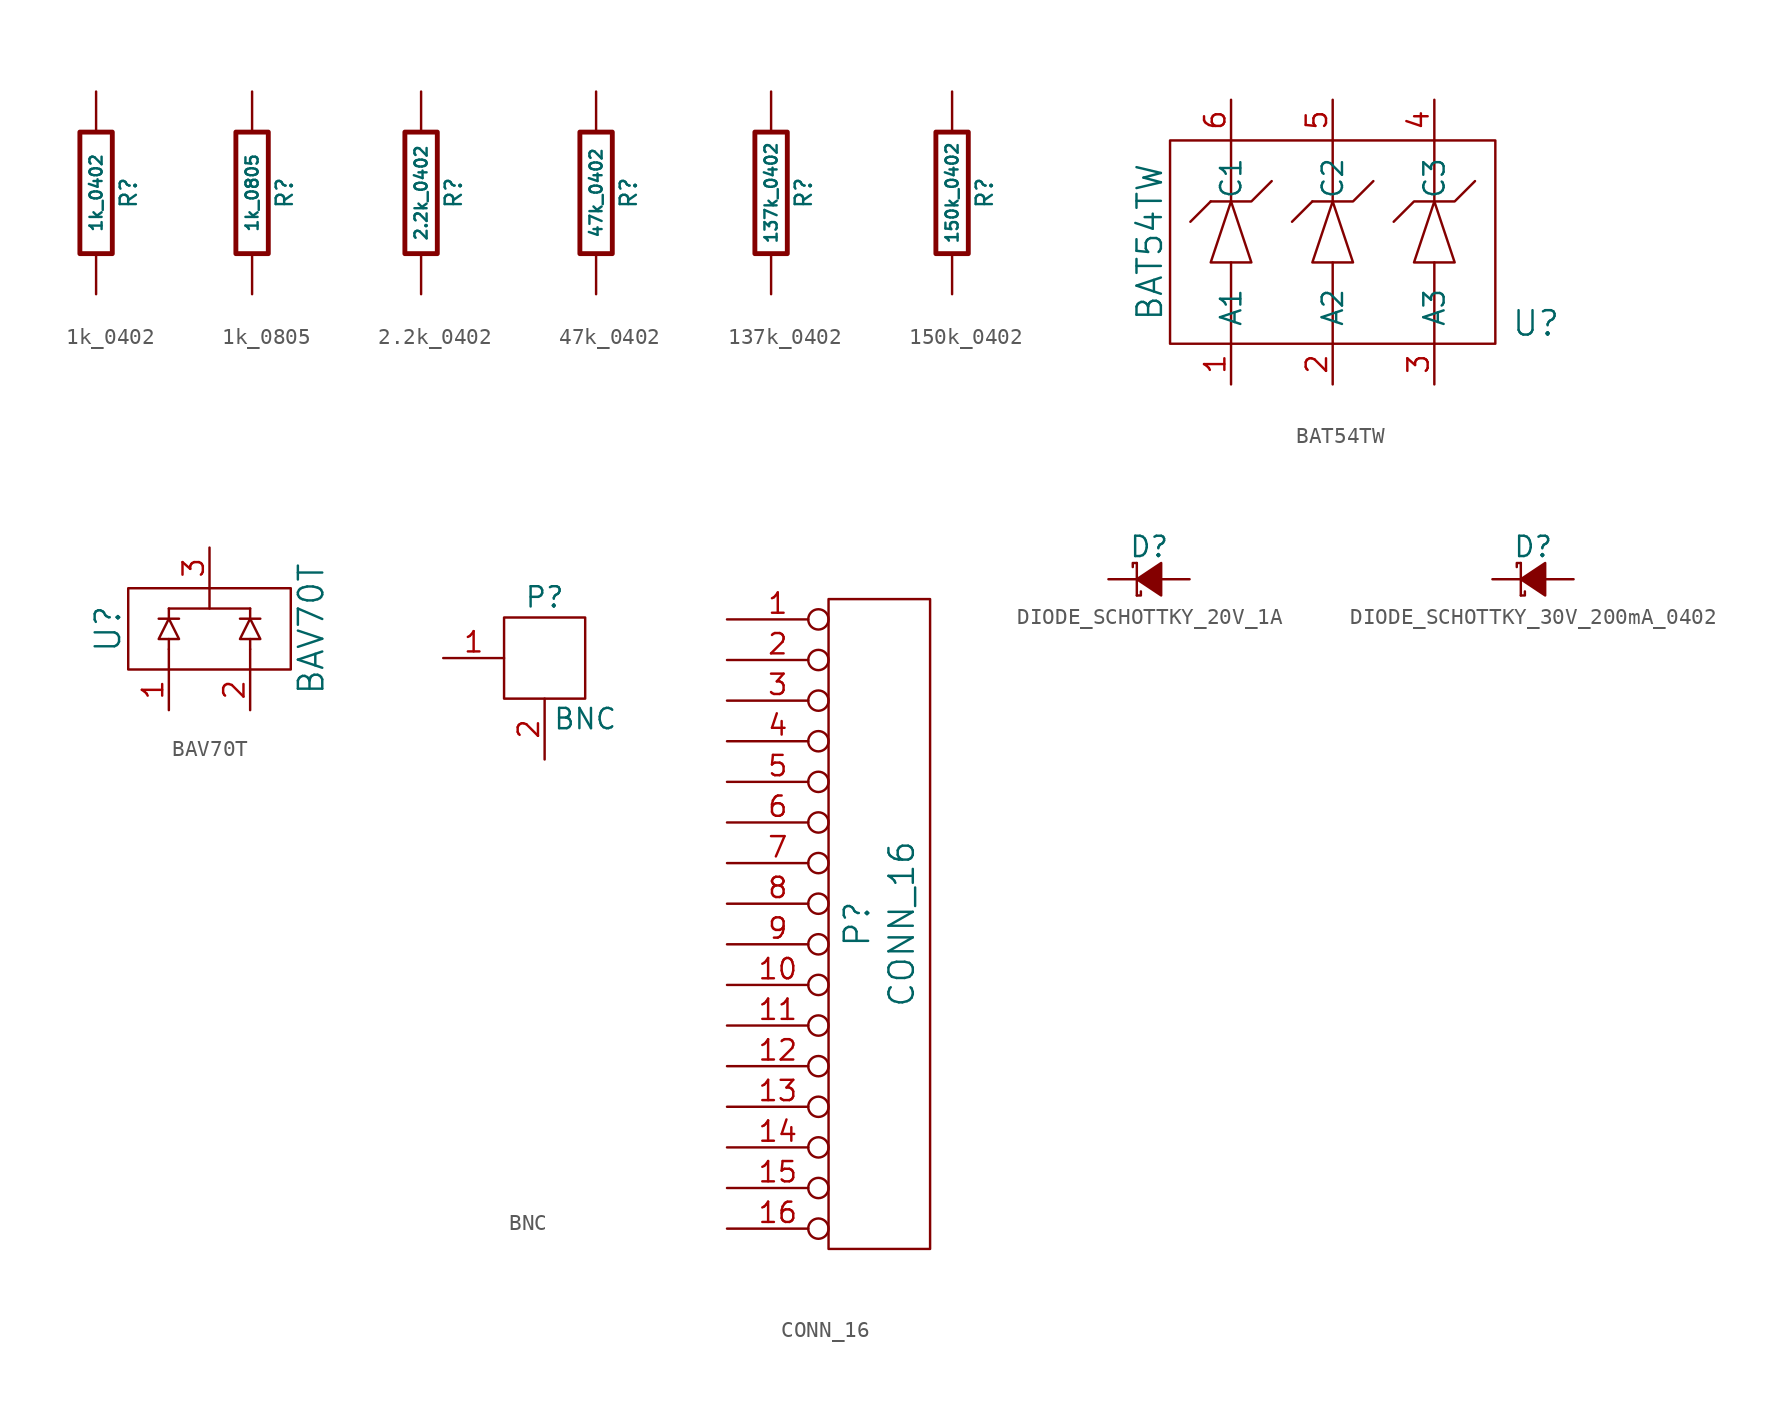
<source format=kicad_sym>
(kicad_symbol_lib
  (version 20211014)
  (generator kicad_symbol_editor)
  (symbol "1k_0402"
    (pin_numbers hide)
    (pin_names
      (offset 0))
    (property "Reference" "R"
      (at 2.032 0 90)
      (effects (font (size 1.016 1.016))))
    (property "Value" "1k_0402"
      (at 0 0 90)
      (effects (font (size 0.762 0.762))))
    (property "Datasheet" ""
      (at 2.032 0 90)
      (effects (font (size 0.762 0.762))))
    (symbol "1k_0402_0_1"
      (rectangle (start -1.016 3.81) (end 1.016 -3.81) (stroke (width 0.305) (type default) (color 0 0 0 0)) (fill (type none))))
    (symbol "1k_0402_1_1"
      (pin passive line (at 0 6.35 270) (length 2.54) (name "~" (effects (font (size 1.524 1.524)))) (number "1" (effects (font (size 1.524 1.524)))))
      (pin passive line (at 0 -6.35 90) (length 2.54) (name "~" (effects (font (size 1.524 1.524)))) (number "2" (effects (font (size 1.524 1.524)))))))
  (symbol "1k_0805"
    (pin_numbers hide)
    (pin_names
      (offset 0))
    (property "Reference" "R"
      (at 2.032 0 90)
      (effects (font (size 1.016 1.016))))
    (property "Value" "1k_0805"
      (at 0 0 90)
      (effects (font (size 0.762 0.762))))
    (property "Datasheet" ""
      (at 2.032 0 90)
      (effects (font (size 0.762 0.762))))
    (symbol "1k_0805_0_1"
      (rectangle (start -1.016 3.81) (end 1.016 -3.81) (stroke (width 0.305) (type default) (color 0 0 0 0)) (fill (type none))))
    (symbol "1k_0805_1_1"
      (pin passive line (at 0 6.35 270) (length 2.54) (name "~" (effects (font (size 1.524 1.524)))) (number "1" (effects (font (size 1.524 1.524)))))
      (pin passive line (at 0 -6.35 90) (length 2.54) (name "~" (effects (font (size 1.524 1.524)))) (number "2" (effects (font (size 1.524 1.524)))))))
  (symbol "2.2k_0402"
    (pin_numbers hide)
    (pin_names
      (offset 0))
    (property "Reference" "R"
      (at 2.032 0 90)
      (effects (font (size 1.016 1.016))))
    (property "Value" "2.2k_0402"
      (at 0 0 90)
      (effects (font (size 0.762 0.762))))
    (property "Datasheet" ""
      (at 2.032 0 90)
      (effects (font (size 0.762 0.762))))
    (symbol "2.2k_0402_0_1"
      (rectangle (start -1.016 3.81) (end 1.016 -3.81) (stroke (width 0.305) (type default) (color 0 0 0 0)) (fill (type none))))
    (symbol "2.2k_0402_1_1"
      (pin passive line (at 0 6.35 270) (length 2.54) (name "~" (effects (font (size 1.524 1.524)))) (number "1" (effects (font (size 1.524 1.524)))))
      (pin passive line (at 0 -6.35 90) (length 2.54) (name "~" (effects (font (size 1.524 1.524)))) (number "2" (effects (font (size 1.524 1.524)))))))
  (symbol "47k_0402"
    (pin_numbers hide)
    (pin_names
      (offset 0))
    (property "Reference" "R"
      (at 2.032 0 90)
      (effects (font (size 1.016 1.016))))
    (property "Value" "47k_0402"
      (at 0 0 90)
      (effects (font (size 0.762 0.762))))
    (property "Datasheet" ""
      (at 2.032 0 90)
      (effects (font (size 0.762 0.762))))
    (symbol "47k_0402_0_1"
      (rectangle (start -1.016 3.81) (end 1.016 -3.81) (stroke (width 0.305) (type default) (color 0 0 0 0)) (fill (type none))))
    (symbol "47k_0402_1_1"
      (pin passive line (at 0 6.35 270) (length 2.54) (name "~" (effects (font (size 1.524 1.524)))) (number "1" (effects (font (size 1.524 1.524)))))
      (pin passive line (at 0 -6.35 90) (length 2.54) (name "~" (effects (font (size 1.524 1.524)))) (number "2" (effects (font (size 1.524 1.524)))))))
  (symbol "137k_0402"
    (pin_numbers hide)
    (pin_names
      (offset 0))
    (property "Reference" "R"
      (at 2.032 0 90)
      (effects (font (size 1.016 1.016))))
    (property "Value" "137k_0402"
      (at 0 0 90)
      (effects (font (size 0.762 0.762))))
    (property "Datasheet" ""
      (at 2.032 0 90)
      (effects (font (size 0.762 0.762))))
    (symbol "137k_0402_0_1"
      (rectangle (start -1.016 3.81) (end 1.016 -3.81) (stroke (width 0.305) (type default) (color 0 0 0 0)) (fill (type none))))
    (symbol "137k_0402_1_1"
      (pin passive line (at 0 6.35 270) (length 2.54) (name "~" (effects (font (size 1.524 1.524)))) (number "1" (effects (font (size 1.524 1.524)))))
      (pin passive line (at 0 -6.35 90) (length 2.54) (name "~" (effects (font (size 1.524 1.524)))) (number "2" (effects (font (size 1.524 1.524)))))))
  (symbol "150k_0402"
    (pin_numbers hide)
    (pin_names
      (offset 0))
    (property "Reference" "R"
      (at 2.032 0 90)
      (effects (font (size 1.016 1.016))))
    (property "Value" "150k_0402"
      (at 0 0 90)
      (effects (font (size 0.762 0.762))))
    (property "Datasheet" ""
      (at 2.032 0 90)
      (effects (font (size 0.762 0.762))))
    (symbol "150k_0402_0_1"
      (rectangle (start -1.016 3.81) (end 1.016 -3.81) (stroke (width 0.305) (type default) (color 0 0 0 0)) (fill (type none))))
    (symbol "150k_0402_1_1"
      (pin passive line (at 0 6.35 270) (length 2.54) (name "~" (effects (font (size 1.524 1.524)))) (number "1" (effects (font (size 1.524 1.524)))))
      (pin passive line (at 0 -6.35 90) (length 2.54) (name "~" (effects (font (size 1.524 1.524)))) (number "2" (effects (font (size 1.524 1.524)))))))
  (symbol "BAT54TW"
    (pin_names
      (offset 1.016))
    (property "Reference" "U"
      (at 12.7 -5.08 0)
      (effects (font (size 1.524 1.524))))
    (property "Value" "BAT54TW"
      (at -11.43 0 90)
      (effects (font (size 1.524 1.524))))
    (property "Footprint" ""
      (at 0 0 0)
      (effects (font (size 1.524 1.524))))
    (property "Datasheet" ""
      (at 0 0 0)
      (effects (font (size 1.524 1.524))))
    (symbol "BAT54TW_0_1"
      (rectangle (start -10.16 6.35) (end 10.16 -6.35) (stroke (width 0) (type default) (color 0 0 0 0)) (fill (type none)))
      (polyline (pts (xy -7.62 2.54) (xy -8.89 1.27)) (stroke (width 0) (type default) (color 0 0 0 0)) (fill (type none)))
      (polyline (pts (xy -6.35 -1.27) (xy -6.35 -6.35)) (stroke (width 0) (type default) (color 0 0 0 0)) (fill (type none)))
      (polyline (pts (xy -6.35 2.54) (xy -6.35 6.35)) (stroke (width 0) (type default) (color 0 0 0 0)) (fill (type none)))
      (polyline (pts (xy -1.27 2.54) (xy -2.54 1.27)) (stroke (width 0) (type default) (color 0 0 0 0)) (fill (type none)))
      (polyline (pts (xy 0 -1.27) (xy 0 -6.35)) (stroke (width 0) (type default) (color 0 0 0 0)) (fill (type none)))
      (polyline (pts (xy 0 6.35) (xy 0 2.54)) (stroke (width 0) (type default) (color 0 0 0 0)) (fill (type none)))
      (polyline (pts (xy 6.35 -1.27) (xy 6.35 -6.35)) (stroke (width 0) (type default) (color 0 0 0 0)) (fill (type none)))
      (polyline (pts (xy 6.35 2.54) (xy 6.35 6.35)) (stroke (width 0) (type default) (color 0 0 0 0)) (fill (type none)))
      (polyline (pts (xy -7.62 2.54) (xy -5.08 2.54) (xy -3.81 3.81)) (stroke (width 0) (type default) (color 0 0 0 0)) (fill (type none)))
      (polyline (pts (xy -1.27 2.54) (xy 1.27 2.54) (xy 2.54 3.81)) (stroke (width 0) (type default) (color 0 0 0 0)) (fill (type none)))
      (polyline (pts (xy -6.35 2.54) (xy -7.62 -1.27) (xy -5.08 -1.27) (xy -6.35 2.54)) (stroke (width 0) (type default) (color 0 0 0 0)) (fill (type none)))
      (polyline (pts (xy 0 2.54) (xy -1.27 -1.27) (xy 1.27 -1.27) (xy 0 2.54)) (stroke (width 0) (type default) (color 0 0 0 0)) (fill (type none)))
      (polyline (pts (xy 3.81 1.27) (xy 5.08 2.54) (xy 7.62 2.54) (xy 8.89 3.81)) (stroke (width 0) (type default) (color 0 0 0 0)) (fill (type none)))
      (polyline (pts (xy 6.35 2.54) (xy 5.08 -1.27) (xy 7.62 -1.27) (xy 6.35 2.54)) (stroke (width 0) (type default) (color 0 0 0 0)) (fill (type none))))
    (symbol "BAT54TW_1_1"
      (pin passive line (at -6.35 -8.89 90) (length 2.54) (name "A1" (effects (font (size 1.27 1.27)))) (number "1" (effects (font (size 1.27 1.27)))))
      (pin passive line (at 0 -8.89 90) (length 2.54) (name "A2" (effects (font (size 1.27 1.27)))) (number "2" (effects (font (size 1.27 1.27)))))
      (pin passive line (at 6.35 -8.89 90) (length 2.54) (name "A3" (effects (font (size 1.27 1.27)))) (number "3" (effects (font (size 1.27 1.27)))))
      (pin passive line (at 6.35 8.89 270) (length 2.54) (name "C3" (effects (font (size 1.27 1.27)))) (number "4" (effects (font (size 1.27 1.27)))))
      (pin passive line (at 0 8.89 270) (length 2.54) (name "C2" (effects (font (size 1.27 1.27)))) (number "5" (effects (font (size 1.27 1.27)))))
      (pin passive line (at -6.35 8.89 270) (length 2.54) (name "C1" (effects (font (size 1.27 1.27)))) (number "6" (effects (font (size 1.27 1.27)))))))
  (symbol "BAV70T"
    (pin_names
      (offset 1.016))
    (property "Reference" "U"
      (at -6.35 0 90)
      (effects (font (size 1.524 1.524))))
    (property "Value" "BAV70T"
      (at 6.35 0 90)
      (effects (font (size 1.524 1.524))))
    (symbol "BAV70T_0_1"
      (rectangle (start -5.08 2.54) (end 5.08 -2.54) (stroke (width 0) (type default) (color 0 0 0 0)) (fill (type none)))
      (polyline (pts (xy -3.175 0.635) (xy -1.905 0.635)) (stroke (width 0) (type default) (color 0 0 0 0)) (fill (type none)))
      (polyline (pts (xy -2.54 -1.27) (xy -2.54 -2.54)) (stroke (width 0) (type default) (color 0 0 0 0)) (fill (type none)))
      (polyline (pts (xy -2.54 -0.635) (xy -2.54 -1.27)) (stroke (width 0) (type default) (color 0 0 0 0)) (fill (type none)))
      (polyline (pts (xy -2.54 1.27) (xy -2.54 0.635)) (stroke (width 0) (type default) (color 0 0 0 0)) (fill (type none)))
      (polyline (pts (xy -2.54 1.27) (xy 2.54 1.27)) (stroke (width 0) (type default) (color 0 0 0 0)) (fill (type none)))
      (polyline (pts (xy 0 1.27) (xy 0 2.54)) (stroke (width 0) (type default) (color 0 0 0 0)) (fill (type none)))
      (polyline (pts (xy 1.905 0.635) (xy 3.175 0.635)) (stroke (width 0) (type default) (color 0 0 0 0)) (fill (type none)))
      (polyline (pts (xy 2.54 -1.27) (xy 2.54 -2.54)) (stroke (width 0) (type default) (color 0 0 0 0)) (fill (type none)))
      (polyline (pts (xy 2.54 -0.635) (xy 2.54 -1.27)) (stroke (width 0) (type default) (color 0 0 0 0)) (fill (type none)))
      (polyline (pts (xy 2.54 0.635) (xy 2.54 1.27)) (stroke (width 0) (type default) (color 0 0 0 0)) (fill (type none)))
      (polyline (pts (xy -2.54 0.635) (xy -3.175 -0.635) (xy -1.905 -0.635) (xy -2.54 0.635)) (stroke (width 0) (type default) (color 0 0 0 0)) (fill (type none)))
      (polyline (pts (xy 2.54 0.635) (xy 1.905 -0.635) (xy 3.175 -0.635) (xy 2.54 0.635)) (stroke (width 0) (type default) (color 0 0 0 0)) (fill (type none))))
    (symbol "BAV70T_1_1"
      (pin passive line (at -2.54 -5.08 90) (length 2.54) (name "~" (effects (font (size 1.27 1.27)))) (number "1" (effects (font (size 1.27 1.27)))))
      (pin passive line (at 2.54 -5.08 90) (length 2.54) (name "~" (effects (font (size 1.27 1.27)))) (number "2" (effects (font (size 1.27 1.27)))))
      (pin passive line (at 0 5.08 270) (length 2.54) (name "~" (effects (font (size 1.27 1.27)))) (number "3" (effects (font (size 1.27 1.27)))))))
  (symbol "BNC"
    (pin_names
      (offset 0.025) hide)
    (property "Reference" "P"
      (at 0 3.81 0)
      (effects (font (size 1.27 1.27))))
    (property "Value" "BNC"
      (at 2.54 -3.81 0)
      (effects (font (size 1.27 1.27))))
    (property "Datasheet" ""
      (at 0 -30.48 0)
      (effects (font (size 1.524 1.524))))
    (symbol "BNC_0_1"
      (rectangle (start -2.54 2.54) (end 2.54 -2.54) (stroke (width 0) (type default) (color 0 0 0 0)) (fill (type none))))
    (symbol "BNC_1_1"
      (pin passive line (at -6.35 0 0) (length 3.81) (name "SIG" (effects (font (size 1.27 1.27)))) (number "1" (effects (font (size 1.27 1.27)))))
      (pin power_in line (at 0 -6.35 90) (length 3.81) (name "GND" (effects (font (size 1.27 1.27)))) (number "2" (effects (font (size 1.27 1.27)))))))
  (symbol "CONN_16"
    (pin_names
      (offset 1.016) hide)
    (property "Reference" "P"
      (at -0.762 0 90)
      (effects (font (size 1.524 1.524))))
    (property "Value" "CONN_16"
      (at 2.032 0 90)
      (effects (font (size 1.524 1.524))))
    (property "Footprint" ""
      (at 0 0 0)
      (effects (font (size 1.524 1.524))))
    (property "Datasheet" ""
      (at 0 0 0)
      (effects (font (size 1.524 1.524))))
    (symbol "CONN_16_0_1"
      (rectangle (start -2.54 20.32) (end 3.81 -20.32) (stroke (width 0) (type default) (color 0 0 0 0)) (fill (type none))))
    (symbol "CONN_16_1_1"
      (pin passive inverted (at -8.89 19.05 0) (length 6.35) (name "P1" (effects (font (size 1.27 1.27)))) (number "1" (effects (font (size 1.27 1.27)))))
      (pin passive inverted (at -8.89 -3.81 0) (length 6.35) (name "P10" (effects (font (size 1.27 1.27)))) (number "10" (effects (font (size 1.27 1.27)))))
      (pin passive inverted (at -8.89 -6.35 0) (length 6.35) (name "P11" (effects (font (size 1.27 1.27)))) (number "11" (effects (font (size 1.27 1.27)))))
      (pin passive inverted (at -8.89 -8.89 0) (length 6.35) (name "P12" (effects (font (size 1.27 1.27)))) (number "12" (effects (font (size 1.27 1.27)))))
      (pin passive inverted (at -8.89 -11.43 0) (length 6.35) (name "P13" (effects (font (size 1.27 1.27)))) (number "13" (effects (font (size 1.27 1.27)))))
      (pin passive inverted (at -8.89 -13.97 0) (length 6.35) (name "P14" (effects (font (size 1.27 1.27)))) (number "14" (effects (font (size 1.27 1.27)))))
      (pin passive inverted (at -8.89 -16.51 0) (length 6.35) (name "P15" (effects (font (size 1.27 1.27)))) (number "15" (effects (font (size 1.27 1.27)))))
      (pin passive inverted (at -8.89 -19.05 0) (length 6.35) (name "P16" (effects (font (size 1.27 1.27)))) (number "16" (effects (font (size 1.27 1.27)))))
      (pin passive inverted (at -8.89 16.51 0) (length 6.35) (name "P2" (effects (font (size 1.27 1.27)))) (number "2" (effects (font (size 1.27 1.27)))))
      (pin passive inverted (at -8.89 13.97 0) (length 6.35) (name "P3" (effects (font (size 1.27 1.27)))) (number "3" (effects (font (size 1.27 1.27)))))
      (pin passive inverted (at -8.89 11.43 0) (length 6.35) (name "P4" (effects (font (size 1.27 1.27)))) (number "4" (effects (font (size 1.27 1.27)))))
      (pin passive inverted (at -8.89 8.89 0) (length 6.35) (name "P5" (effects (font (size 1.27 1.27)))) (number "5" (effects (font (size 1.27 1.27)))))
      (pin passive inverted (at -8.89 6.35 0) (length 6.35) (name "P6" (effects (font (size 1.27 1.27)))) (number "6" (effects (font (size 1.27 1.27)))))
      (pin passive inverted (at -8.89 3.81 0) (length 6.35) (name "P7" (effects (font (size 1.27 1.27)))) (number "7" (effects (font (size 1.27 1.27)))))
      (pin passive inverted (at -8.89 1.27 0) (length 6.35) (name "P8" (effects (font (size 1.27 1.27)))) (number "8" (effects (font (size 1.27 1.27)))))
      (pin passive inverted (at -8.89 -1.27 0) (length 6.35) (name "P9" (effects (font (size 1.27 1.27)))) (number "9" (effects (font (size 1.27 1.27)))))))
  (symbol "DIODE_SCHOTTKY_20V_1A"
    (pin_numbers hide)
    (pin_names
      (offset 0.254) hide)
    (property "Reference" "D"
      (at -1.27 2.032 0)
      (effects (font (size 1.27 1.27)) (justify left)))
    (symbol "DIODE_SCHOTTKY_20V_1A_0_1"
      (polyline (pts (xy -0.762 -1.016) (xy -0.762 1.016)) (stroke (width 0) (type default) (color 0 0 0 0)) (fill (type none)))
      (polyline (pts (xy -0.762 -1.016) (xy -0.508 -1.016) (xy -0.508 -0.762)) (stroke (width 0) (type default) (color 0 0 0 0)) (fill (type none)))
      (polyline (pts (xy -0.762 1.016) (xy -1.016 1.016) (xy -1.016 0.762)) (stroke (width 0) (type default) (color 0 0 0 0)) (fill (type none)))
      (polyline (pts (xy 0.762 -1.016) (xy -0.762 0) (xy 0.762 1.016) (xy 0.762 -1.016)) (stroke (width 0) (type default) (color 0 0 0 0)) (fill (type outline))))
    (symbol "DIODE_SCHOTTKY_20V_1A_1_1"
      (pin passive line (at -2.54 0 0) (length 1.778) (name "K" (effects (font (size 1.27 1.27)))) (number "1" (effects (font (size 1.27 1.27)))))
      (pin passive line (at 2.54 0 180) (length 1.778) (name "A" (effects (font (size 1.27 1.27)))) (number "2" (effects (font (size 1.27 1.27)))))))
  (symbol "DIODE_SCHOTTKY_30V_200mA_0402"
    (pin_numbers hide)
    (pin_names
      (offset 0.254) hide)
    (property "Reference" "D"
      (at -1.27 2.032 0)
      (effects (font (size 1.27 1.27)) (justify left)))
    (symbol "DIODE_SCHOTTKY_30V_200mA_0402_0_1"
      (polyline (pts (xy -0.762 -1.016) (xy -0.762 1.016)) (stroke (width 0) (type default) (color 0 0 0 0)) (fill (type none)))
      (polyline (pts (xy -0.762 -1.016) (xy -0.508 -1.016) (xy -0.508 -0.762)) (stroke (width 0) (type default) (color 0 0 0 0)) (fill (type none)))
      (polyline (pts (xy -0.762 1.016) (xy -1.016 1.016) (xy -1.016 0.762)) (stroke (width 0) (type default) (color 0 0 0 0)) (fill (type none)))
      (polyline (pts (xy 0.762 -1.016) (xy -0.762 0) (xy 0.762 1.016) (xy 0.762 -1.016)) (stroke (width 0) (type default) (color 0 0 0 0)) (fill (type outline))))
    (symbol "DIODE_SCHOTTKY_30V_200mA_0402_1_1"
      (pin passive line (at -2.54 0 0) (length 1.778) (name "K" (effects (font (size 1.27 1.27)))) (number "1" (effects (font (size 1.27 1.27)))))
      (pin passive line (at 2.54 0 180) (length 1.778) (name "A" (effects (font (size 1.27 1.27)))) (number "2" (effects (font (size 1.27 1.27))))))))
</source>
